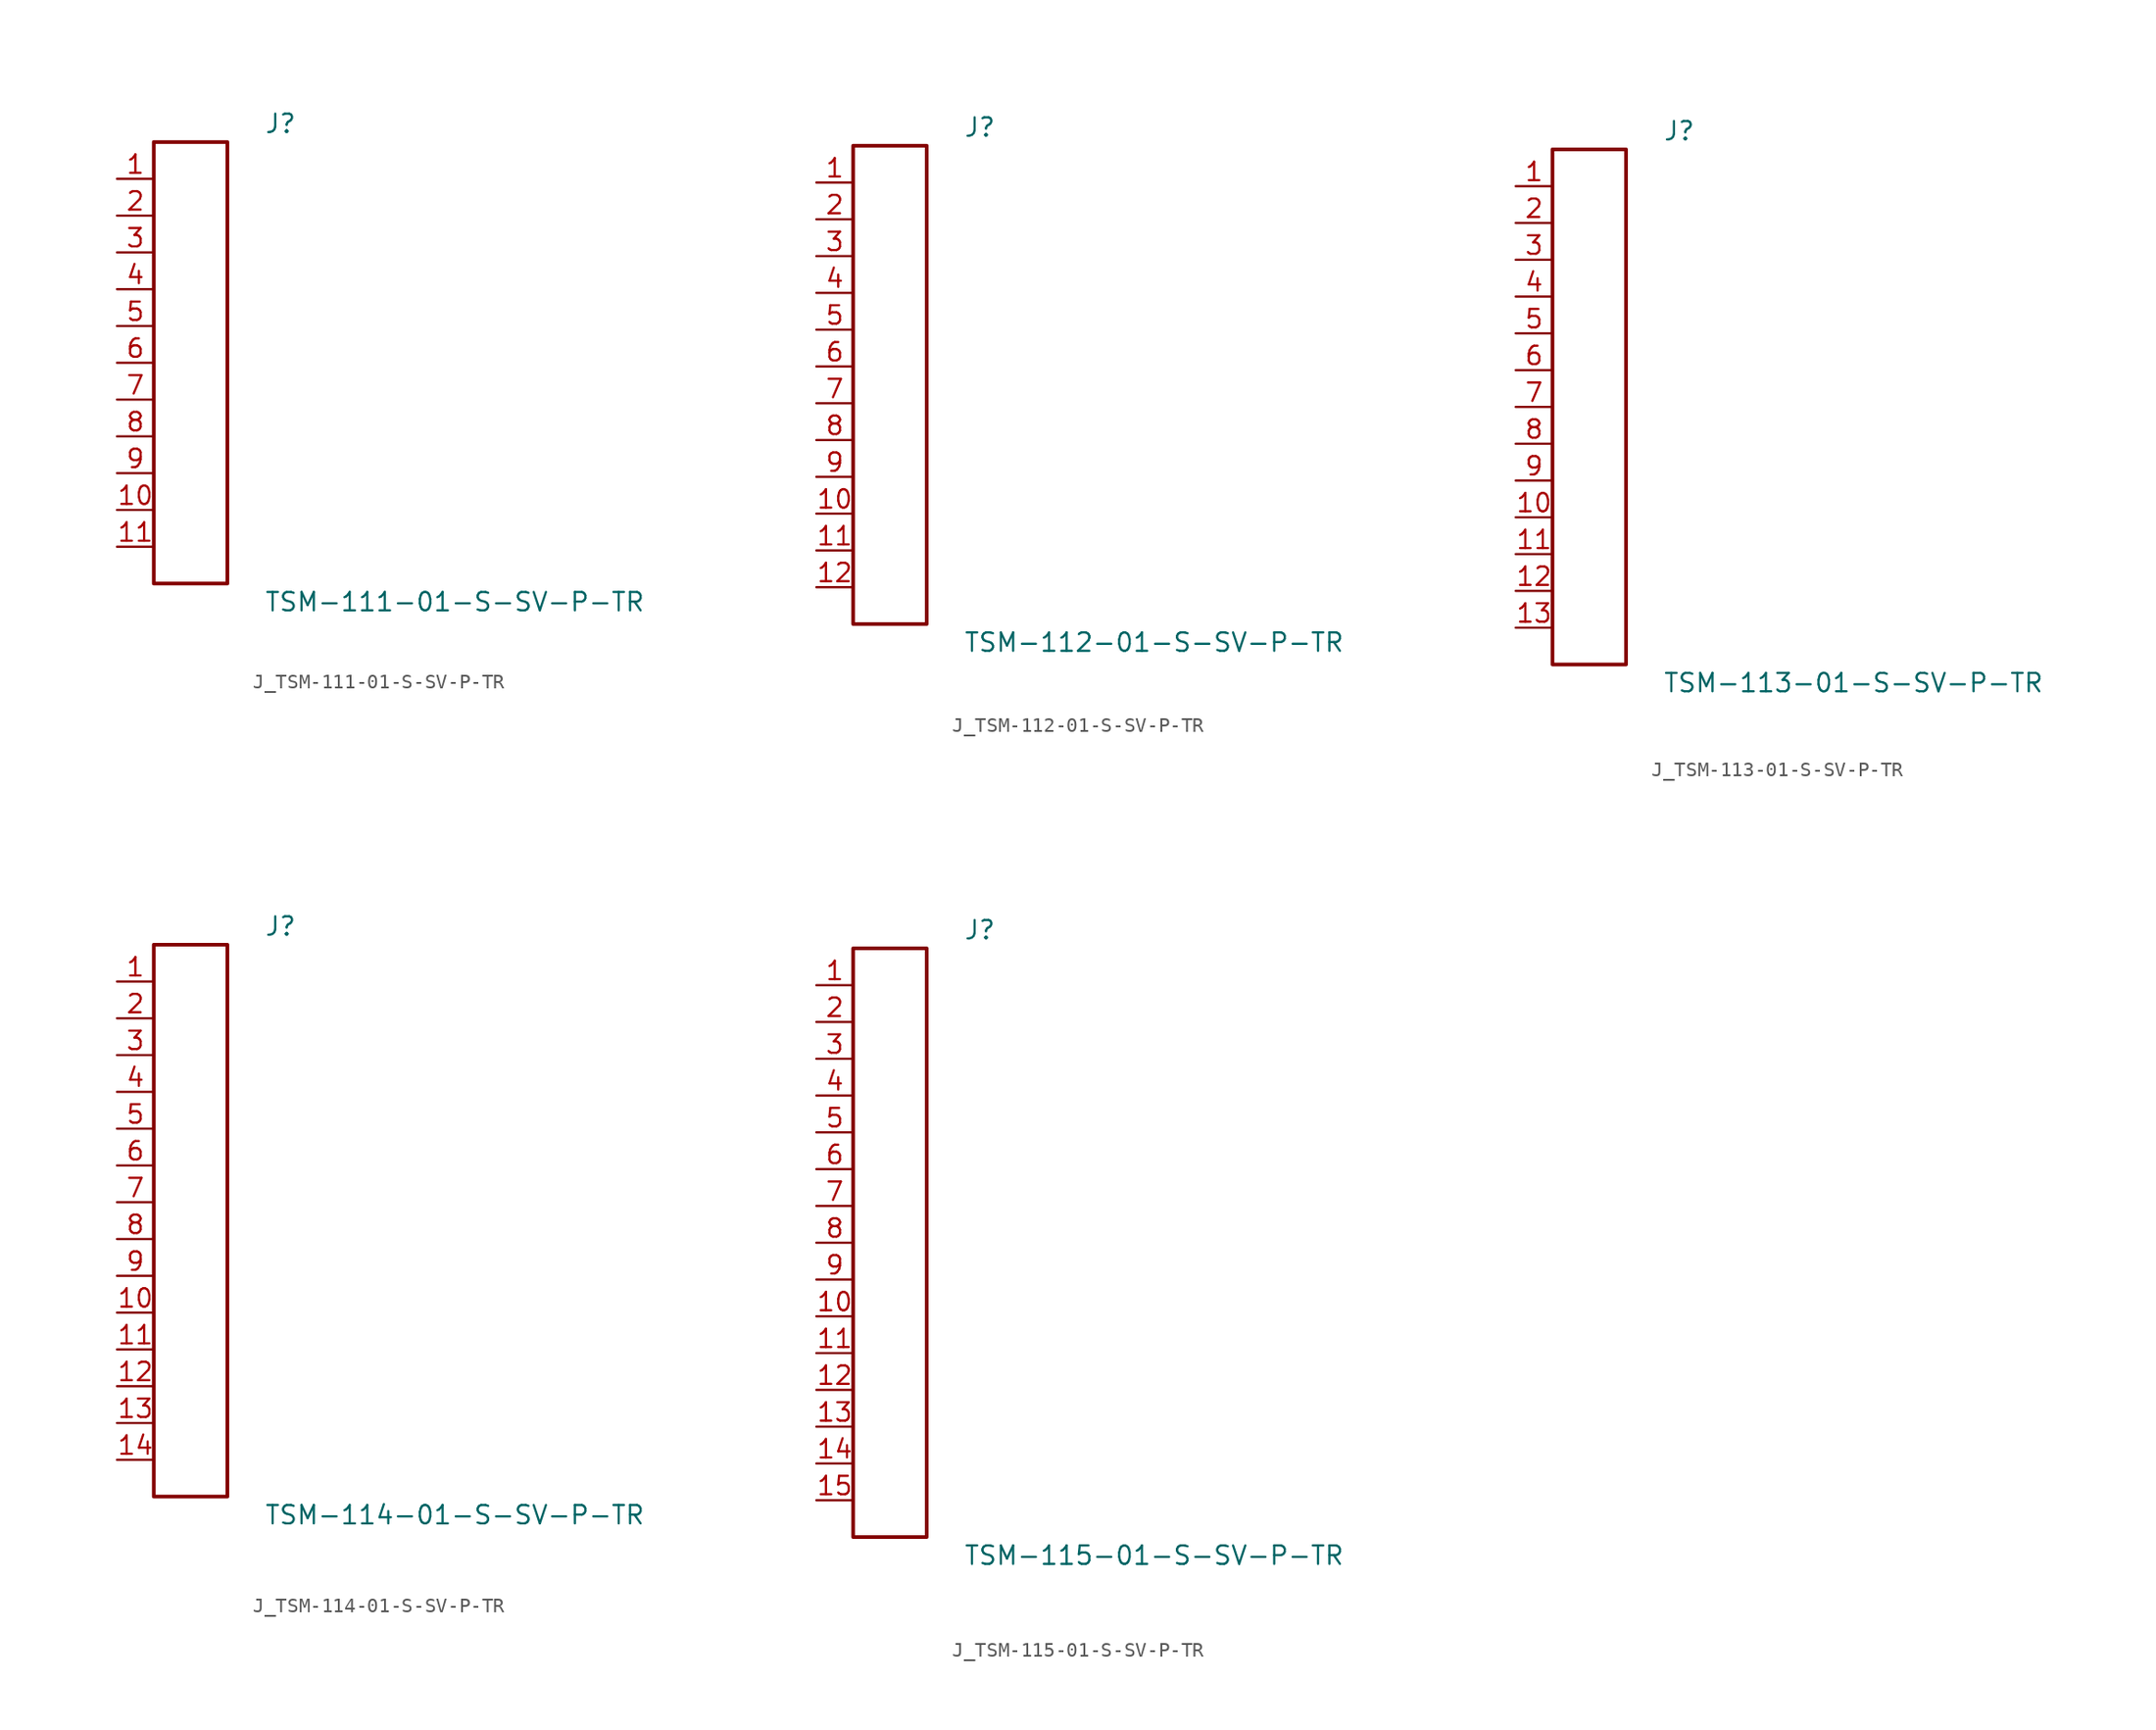
<source format=kicad_sym>
(kicad_symbol_lib
  (version 20231120)
  (generator kicad_symbol_editor)
  (generator_version 8.0)
  (symbol "J_TSM-111-01-S-SV-P-TR"
    (pin_names
      (offset 0.254))
    (property "Reference" "J"
      (at 5.08 16.51 0)
      (effects (font (size 1.27 1.27)) (justify left)))
    (property "Value" "TSM-111-01-S-SV-P-TR"
      (at 5.08 -16.51 0)
      (effects (font (size 1.27 1.27)) (justify left)))
    (symbol "J_TSM-111-01-S-SV-P-TR_0_0"
      (pin unspecified line (at -5.08 12.7 0) (length 2.54) (name "" (effects (font (size 1.27 1.27)))) (number "1" (effects (font (size 1.27 1.27)))))
      (pin unspecified line (at -5.08 10.16 0) (length 2.54) (name "" (effects (font (size 1.27 1.27)))) (number "2" (effects (font (size 1.27 1.27)))))
      (pin unspecified line (at -5.08 7.62 0) (length 2.54) (name "" (effects (font (size 1.27 1.27)))) (number "3" (effects (font (size 1.27 1.27)))))
      (pin unspecified line (at -5.08 5.08 0) (length 2.54) (name "" (effects (font (size 1.27 1.27)))) (number "4" (effects (font (size 1.27 1.27)))))
      (pin unspecified line (at -5.08 2.54 0) (length 2.54) (name "" (effects (font (size 1.27 1.27)))) (number "5" (effects (font (size 1.27 1.27)))))
      (pin unspecified line (at -5.08 0.0 0) (length 2.54) (name "" (effects (font (size 1.27 1.27)))) (number "6" (effects (font (size 1.27 1.27)))))
      (pin unspecified line (at -5.08 -2.54 0) (length 2.54) (name "" (effects (font (size 1.27 1.27)))) (number "7" (effects (font (size 1.27 1.27)))))
      (pin unspecified line (at -5.08 -5.08 0) (length 2.54) (name "" (effects (font (size 1.27 1.27)))) (number "8" (effects (font (size 1.27 1.27)))))
      (pin unspecified line (at -5.08 -7.62 0) (length 2.54) (name "" (effects (font (size 1.27 1.27)))) (number "9" (effects (font (size 1.27 1.27)))))
      (pin unspecified line (at -5.08 -10.16 0) (length 2.54) (name "" (effects (font (size 1.27 1.27)))) (number "10" (effects (font (size 1.27 1.27)))))
      (pin unspecified line (at -5.08 -12.7 0) (length 2.54) (name "" (effects (font (size 1.27 1.27)))) (number "11" (effects (font (size 1.27 1.27))))))
    (symbol "J_TSM-111-01-S-SV-P-TR_1_0"
      (rectangle (start -2.54 15.24) (end 2.54 -15.24) (stroke (width 0.254) (type solid)) (fill (type none)))))
  (symbol "J_TSM-112-01-S-SV-P-TR"
    (pin_names
      (offset 0.254))
    (property "Reference" "J"
      (at 5.08 17.78 0)
      (effects (font (size 1.27 1.27)) (justify left)))
    (property "Value" "TSM-112-01-S-SV-P-TR"
      (at 5.08 -17.78 0)
      (effects (font (size 1.27 1.27)) (justify left)))
    (symbol "J_TSM-112-01-S-SV-P-TR_0_0"
      (pin unspecified line (at -5.08 13.97 0) (length 2.54) (name "" (effects (font (size 1.27 1.27)))) (number "1" (effects (font (size 1.27 1.27)))))
      (pin unspecified line (at -5.08 11.43 0) (length 2.54) (name "" (effects (font (size 1.27 1.27)))) (number "2" (effects (font (size 1.27 1.27)))))
      (pin unspecified line (at -5.08 8.89 0) (length 2.54) (name "" (effects (font (size 1.27 1.27)))) (number "3" (effects (font (size 1.27 1.27)))))
      (pin unspecified line (at -5.08 6.35 0) (length 2.54) (name "" (effects (font (size 1.27 1.27)))) (number "4" (effects (font (size 1.27 1.27)))))
      (pin unspecified line (at -5.08 3.81 0) (length 2.54) (name "" (effects (font (size 1.27 1.27)))) (number "5" (effects (font (size 1.27 1.27)))))
      (pin unspecified line (at -5.08 1.27 0) (length 2.54) (name "" (effects (font (size 1.27 1.27)))) (number "6" (effects (font (size 1.27 1.27)))))
      (pin unspecified line (at -5.08 -1.27 0) (length 2.54) (name "" (effects (font (size 1.27 1.27)))) (number "7" (effects (font (size 1.27 1.27)))))
      (pin unspecified line (at -5.08 -3.81 0) (length 2.54) (name "" (effects (font (size 1.27 1.27)))) (number "8" (effects (font (size 1.27 1.27)))))
      (pin unspecified line (at -5.08 -6.35 0) (length 2.54) (name "" (effects (font (size 1.27 1.27)))) (number "9" (effects (font (size 1.27 1.27)))))
      (pin unspecified line (at -5.08 -8.89 0) (length 2.54) (name "" (effects (font (size 1.27 1.27)))) (number "10" (effects (font (size 1.27 1.27)))))
      (pin unspecified line (at -5.08 -11.43 0) (length 2.54) (name "" (effects (font (size 1.27 1.27)))) (number "11" (effects (font (size 1.27 1.27)))))
      (pin unspecified line (at -5.08 -13.97 0) (length 2.54) (name "" (effects (font (size 1.27 1.27)))) (number "12" (effects (font (size 1.27 1.27))))))
    (symbol "J_TSM-112-01-S-SV-P-TR_1_0"
      (rectangle (start -2.54 16.51) (end 2.54 -16.51) (stroke (width 0.254) (type solid)) (fill (type none)))))
  (symbol "J_TSM-113-01-S-SV-P-TR"
    (pin_names
      (offset 0.254))
    (property "Reference" "J"
      (at 5.08 19.05 0)
      (effects (font (size 1.27 1.27)) (justify left)))
    (property "Value" "TSM-113-01-S-SV-P-TR"
      (at 5.08 -19.05 0)
      (effects (font (size 1.27 1.27)) (justify left)))
    (symbol "J_TSM-113-01-S-SV-P-TR_0_0"
      (pin unspecified line (at -5.08 15.24 0) (length 2.54) (name "" (effects (font (size 1.27 1.27)))) (number "1" (effects (font (size 1.27 1.27)))))
      (pin unspecified line (at -5.08 12.7 0) (length 2.54) (name "" (effects (font (size 1.27 1.27)))) (number "2" (effects (font (size 1.27 1.27)))))
      (pin unspecified line (at -5.08 10.16 0) (length 2.54) (name "" (effects (font (size 1.27 1.27)))) (number "3" (effects (font (size 1.27 1.27)))))
      (pin unspecified line (at -5.08 7.62 0) (length 2.54) (name "" (effects (font (size 1.27 1.27)))) (number "4" (effects (font (size 1.27 1.27)))))
      (pin unspecified line (at -5.08 5.08 0) (length 2.54) (name "" (effects (font (size 1.27 1.27)))) (number "5" (effects (font (size 1.27 1.27)))))
      (pin unspecified line (at -5.08 2.54 0) (length 2.54) (name "" (effects (font (size 1.27 1.27)))) (number "6" (effects (font (size 1.27 1.27)))))
      (pin unspecified line (at -5.08 0.0 0) (length 2.54) (name "" (effects (font (size 1.27 1.27)))) (number "7" (effects (font (size 1.27 1.27)))))
      (pin unspecified line (at -5.08 -2.54 0) (length 2.54) (name "" (effects (font (size 1.27 1.27)))) (number "8" (effects (font (size 1.27 1.27)))))
      (pin unspecified line (at -5.08 -5.08 0) (length 2.54) (name "" (effects (font (size 1.27 1.27)))) (number "9" (effects (font (size 1.27 1.27)))))
      (pin unspecified line (at -5.08 -7.62 0) (length 2.54) (name "" (effects (font (size 1.27 1.27)))) (number "10" (effects (font (size 1.27 1.27)))))
      (pin unspecified line (at -5.08 -10.16 0) (length 2.54) (name "" (effects (font (size 1.27 1.27)))) (number "11" (effects (font (size 1.27 1.27)))))
      (pin unspecified line (at -5.08 -12.7 0) (length 2.54) (name "" (effects (font (size 1.27 1.27)))) (number "12" (effects (font (size 1.27 1.27)))))
      (pin unspecified line (at -5.08 -15.24 0) (length 2.54) (name "" (effects (font (size 1.27 1.27)))) (number "13" (effects (font (size 1.27 1.27))))))
    (symbol "J_TSM-113-01-S-SV-P-TR_1_0"
      (rectangle (start -2.54 17.78) (end 2.54 -17.78) (stroke (width 0.254) (type solid)) (fill (type none)))))
  (symbol "J_TSM-114-01-S-SV-P-TR"
    (pin_names
      (offset 0.254))
    (property "Reference" "J"
      (at 5.08 20.32 0)
      (effects (font (size 1.27 1.27)) (justify left)))
    (property "Value" "TSM-114-01-S-SV-P-TR"
      (at 5.08 -20.32 0)
      (effects (font (size 1.27 1.27)) (justify left)))
    (symbol "J_TSM-114-01-S-SV-P-TR_0_0"
      (pin unspecified line (at -5.08 16.51 0) (length 2.54) (name "" (effects (font (size 1.27 1.27)))) (number "1" (effects (font (size 1.27 1.27)))))
      (pin unspecified line (at -5.08 13.97 0) (length 2.54) (name "" (effects (font (size 1.27 1.27)))) (number "2" (effects (font (size 1.27 1.27)))))
      (pin unspecified line (at -5.08 11.43 0) (length 2.54) (name "" (effects (font (size 1.27 1.27)))) (number "3" (effects (font (size 1.27 1.27)))))
      (pin unspecified line (at -5.08 8.89 0) (length 2.54) (name "" (effects (font (size 1.27 1.27)))) (number "4" (effects (font (size 1.27 1.27)))))
      (pin unspecified line (at -5.08 6.35 0) (length 2.54) (name "" (effects (font (size 1.27 1.27)))) (number "5" (effects (font (size 1.27 1.27)))))
      (pin unspecified line (at -5.08 3.81 0) (length 2.54) (name "" (effects (font (size 1.27 1.27)))) (number "6" (effects (font (size 1.27 1.27)))))
      (pin unspecified line (at -5.08 1.27 0) (length 2.54) (name "" (effects (font (size 1.27 1.27)))) (number "7" (effects (font (size 1.27 1.27)))))
      (pin unspecified line (at -5.08 -1.27 0) (length 2.54) (name "" (effects (font (size 1.27 1.27)))) (number "8" (effects (font (size 1.27 1.27)))))
      (pin unspecified line (at -5.08 -3.81 0) (length 2.54) (name "" (effects (font (size 1.27 1.27)))) (number "9" (effects (font (size 1.27 1.27)))))
      (pin unspecified line (at -5.08 -6.35 0) (length 2.54) (name "" (effects (font (size 1.27 1.27)))) (number "10" (effects (font (size 1.27 1.27)))))
      (pin unspecified line (at -5.08 -8.89 0) (length 2.54) (name "" (effects (font (size 1.27 1.27)))) (number "11" (effects (font (size 1.27 1.27)))))
      (pin unspecified line (at -5.08 -11.43 0) (length 2.54) (name "" (effects (font (size 1.27 1.27)))) (number "12" (effects (font (size 1.27 1.27)))))
      (pin unspecified line (at -5.08 -13.97 0) (length 2.54) (name "" (effects (font (size 1.27 1.27)))) (number "13" (effects (font (size 1.27 1.27)))))
      (pin unspecified line (at -5.08 -16.51 0) (length 2.54) (name "" (effects (font (size 1.27 1.27)))) (number "14" (effects (font (size 1.27 1.27))))))
    (symbol "J_TSM-114-01-S-SV-P-TR_1_0"
      (rectangle (start -2.54 19.05) (end 2.54 -19.05) (stroke (width 0.254) (type solid)) (fill (type none)))))
  (symbol "J_TSM-115-01-S-SV-P-TR"
    (pin_names
      (offset 0.254))
    (property "Reference" "J"
      (at 5.08 21.59 0)
      (effects (font (size 1.27 1.27)) (justify left)))
    (property "Value" "TSM-115-01-S-SV-P-TR"
      (at 5.08 -21.59 0)
      (effects (font (size 1.27 1.27)) (justify left)))
    (symbol "J_TSM-115-01-S-SV-P-TR_0_0"
      (pin unspecified line (at -5.08 17.78 0) (length 2.54) (name "" (effects (font (size 1.27 1.27)))) (number "1" (effects (font (size 1.27 1.27)))))
      (pin unspecified line (at -5.08 15.24 0) (length 2.54) (name "" (effects (font (size 1.27 1.27)))) (number "2" (effects (font (size 1.27 1.27)))))
      (pin unspecified line (at -5.08 12.7 0) (length 2.54) (name "" (effects (font (size 1.27 1.27)))) (number "3" (effects (font (size 1.27 1.27)))))
      (pin unspecified line (at -5.08 10.16 0) (length 2.54) (name "" (effects (font (size 1.27 1.27)))) (number "4" (effects (font (size 1.27 1.27)))))
      (pin unspecified line (at -5.08 7.62 0) (length 2.54) (name "" (effects (font (size 1.27 1.27)))) (number "5" (effects (font (size 1.27 1.27)))))
      (pin unspecified line (at -5.08 5.08 0) (length 2.54) (name "" (effects (font (size 1.27 1.27)))) (number "6" (effects (font (size 1.27 1.27)))))
      (pin unspecified line (at -5.08 2.54 0) (length 2.54) (name "" (effects (font (size 1.27 1.27)))) (number "7" (effects (font (size 1.27 1.27)))))
      (pin unspecified line (at -5.08 0.0 0) (length 2.54) (name "" (effects (font (size 1.27 1.27)))) (number "8" (effects (font (size 1.27 1.27)))))
      (pin unspecified line (at -5.08 -2.54 0) (length 2.54) (name "" (effects (font (size 1.27 1.27)))) (number "9" (effects (font (size 1.27 1.27)))))
      (pin unspecified line (at -5.08 -5.08 0) (length 2.54) (name "" (effects (font (size 1.27 1.27)))) (number "10" (effects (font (size 1.27 1.27)))))
      (pin unspecified line (at -5.08 -7.62 0) (length 2.54) (name "" (effects (font (size 1.27 1.27)))) (number "11" (effects (font (size 1.27 1.27)))))
      (pin unspecified line (at -5.08 -10.16 0) (length 2.54) (name "" (effects (font (size 1.27 1.27)))) (number "12" (effects (font (size 1.27 1.27)))))
      (pin unspecified line (at -5.08 -12.7 0) (length 2.54) (name "" (effects (font (size 1.27 1.27)))) (number "13" (effects (font (size 1.27 1.27)))))
      (pin unspecified line (at -5.08 -15.24 0) (length 2.54) (name "" (effects (font (size 1.27 1.27)))) (number "14" (effects (font (size 1.27 1.27)))))
      (pin unspecified line (at -5.08 -17.78 0) (length 2.54) (name "" (effects (font (size 1.27 1.27)))) (number "15" (effects (font (size 1.27 1.27))))))
    (symbol "J_TSM-115-01-S-SV-P-TR_1_0"
      (rectangle (start -2.54 20.32) (end 2.54 -20.32) (stroke (width 0.254) (type solid)) (fill (type none))))))
</source>
